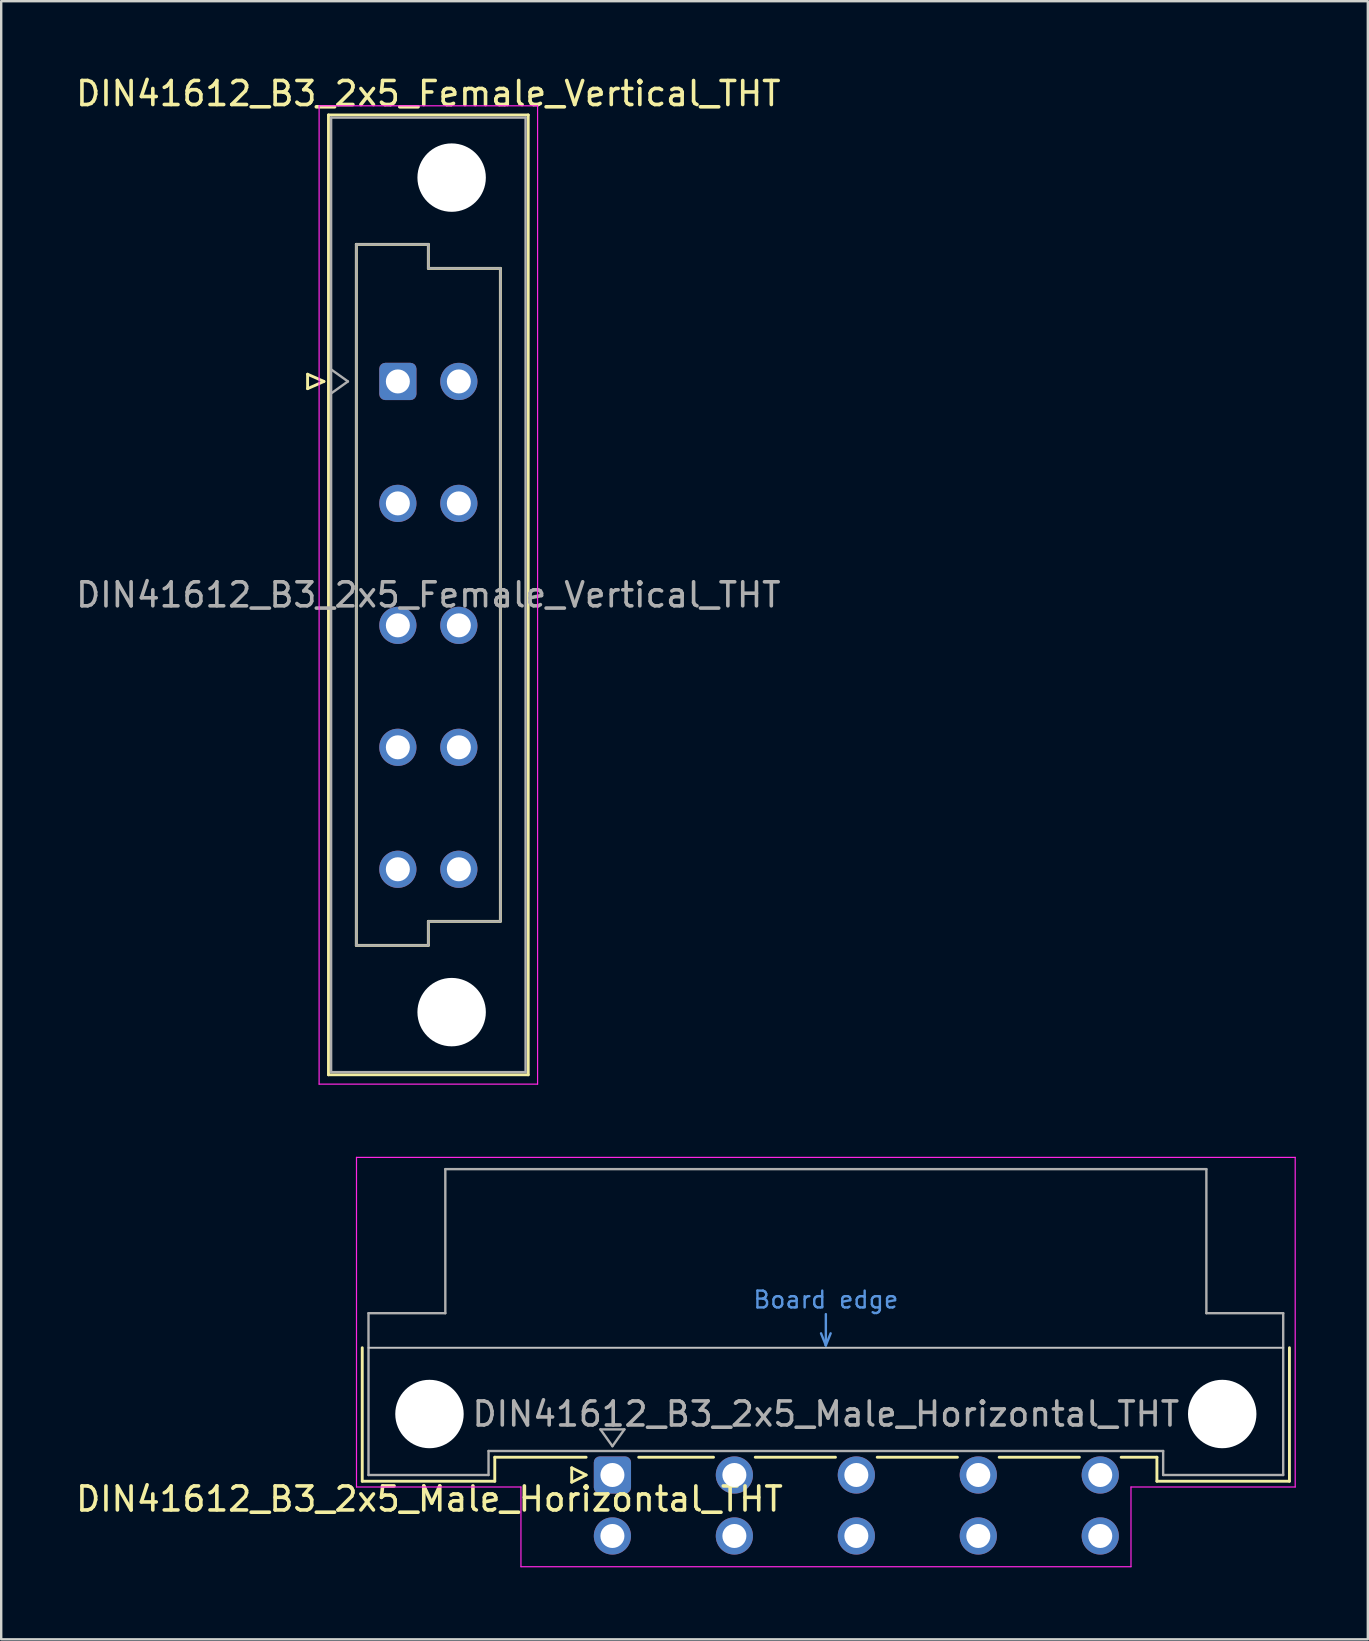
<source format=kicad_pcb>
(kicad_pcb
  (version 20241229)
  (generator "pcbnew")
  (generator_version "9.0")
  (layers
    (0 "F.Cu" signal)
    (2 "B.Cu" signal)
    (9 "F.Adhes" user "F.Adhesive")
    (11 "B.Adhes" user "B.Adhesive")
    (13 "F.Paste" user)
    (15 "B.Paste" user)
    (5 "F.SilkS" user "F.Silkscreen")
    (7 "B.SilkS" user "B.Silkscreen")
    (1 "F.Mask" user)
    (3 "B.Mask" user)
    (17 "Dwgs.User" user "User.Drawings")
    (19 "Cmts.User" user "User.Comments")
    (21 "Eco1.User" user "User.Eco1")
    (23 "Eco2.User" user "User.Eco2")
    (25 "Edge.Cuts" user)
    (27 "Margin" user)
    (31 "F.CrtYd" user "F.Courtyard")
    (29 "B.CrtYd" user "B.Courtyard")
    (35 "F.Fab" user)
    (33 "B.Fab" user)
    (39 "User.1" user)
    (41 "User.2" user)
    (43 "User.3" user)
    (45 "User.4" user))
  (footprint "DIN41612_B3_2x5_Female_Vertical_THT"
    (layer "F.Cu")
    (at 13.522 10.298)
    (property "Reference" "DIN41612_B3_2x5_Female_Vertical_THT" (at 1.27 -9.45 0) (layer "F.SilkS") (effects (font (size 1 1) (thickness 0.15))))
    (attr through_hole)
    (fp_line (start -3.76 2.24) (end -3.76 2.84) (stroke (width 0.12) (type solid)) (layer "F.SilkS"))
    (fp_line (start -3.76 2.84) (end -3.08 2.54) (stroke (width 0.12) (type solid)) (layer "F.SilkS"))
    (fp_line (start -3.08 2.54) (end -3.76 2.24) (stroke (width 0.12) (type solid)) (layer "F.SilkS"))
    (fp_line (start -2.89 -8.56) (end 5.43 -8.56) (stroke (width 0.12) (type solid)) (layer "F.SilkS"))
    (fp_line (start -2.89 31.42) (end -2.89 -8.56) (stroke (width 0.12) (type solid)) (layer "F.SilkS"))
    (fp_line (start -1.73 -3.17) (end 1.27 -3.17) (stroke (width 0.12) (type solid)) (layer "F.SilkS"))
    (fp_line (start -1.73 26.03) (end -1.73 -3.17) (stroke (width 0.12) (type solid)) (layer "F.SilkS"))
    (fp_line (start 1.27 -3.17) (end 1.27 -2.17) (stroke (width 0.12) (type solid)) (layer "F.SilkS"))
    (fp_line (start 1.27 -2.17) (end 4.27 -2.17) (stroke (width 0.12) (type solid)) (layer "F.SilkS"))
    (fp_line (start 1.27 25.03) (end 1.27 26.03) (stroke (width 0.12) (type solid)) (layer "F.SilkS"))
    (fp_line (start 1.27 26.03) (end -1.73 26.03) (stroke (width 0.12) (type solid)) (layer "F.SilkS"))
    (fp_line (start 4.27 -2.17) (end 4.27 25.03) (stroke (width 0.12) (type solid)) (layer "F.SilkS"))
    (fp_line (start 4.27 25.03) (end 1.27 25.03) (stroke (width 0.12) (type solid)) (layer "F.SilkS"))
    (fp_line (start 5.43 -8.56) (end 5.43 31.42) (stroke (width 0.12) (type solid)) (layer "F.SilkS"))
    (fp_line (start 5.43 31.42) (end -2.89 31.42) (stroke (width 0.12) (type solid)) (layer "F.SilkS"))
    (fp_line (start -3.28 -8.94) (end 5.82 -8.94) (stroke (width 0.05) (type solid)) (layer "F.CrtYd"))
    (fp_line (start -3.28 31.81) (end -3.28 -8.94) (stroke (width 0.05) (type solid)) (layer "F.CrtYd"))
    (fp_line (start 5.82 -8.94) (end 5.82 31.81) (stroke (width 0.05) (type solid)) (layer "F.CrtYd"))
    (fp_line (start 5.82 31.81) (end -3.28 31.81) (stroke (width 0.05) (type solid)) (layer "F.CrtYd"))
    (fp_line (start -2.78 -8.45) (end 5.32 -8.45) (stroke (width 0.1) (type solid)) (layer "F.Fab"))
    (fp_line (start -2.78 2.04) (end -2.08 2.54) (stroke (width 0.1) (type solid)) (layer "F.Fab"))
    (fp_line (start -2.78 31.31) (end -2.78 -8.45) (stroke (width 0.1) (type solid)) (layer "F.Fab"))
    (fp_line (start -2.08 2.54) (end -2.78 3.04) (stroke (width 0.1) (type solid)) (layer "F.Fab"))
    (fp_line (start -1.73 -3.17) (end 1.27 -3.17) (stroke (width 0.1) (type solid)) (layer "F.Fab"))
    (fp_line (start -1.73 26.03) (end -1.73 -3.17) (stroke (width 0.1) (type solid)) (layer "F.Fab"))
    (fp_line (start 1.27 -3.17) (end 1.27 -2.17) (stroke (width 0.1) (type solid)) (layer "F.Fab"))
    (fp_line (start 1.27 -2.17) (end 4.27 -2.17) (stroke (width 0.1) (type solid)) (layer "F.Fab"))
    (fp_line (start 1.27 25.03) (end 1.27 26.03) (stroke (width 0.1) (type solid)) (layer "F.Fab"))
    (fp_line (start 1.27 26.03) (end -1.73 26.03) (stroke (width 0.1) (type solid)) (layer "F.Fab"))
    (fp_line (start 4.27 -2.17) (end 4.27 25.03) (stroke (width 0.1) (type solid)) (layer "F.Fab"))
    (fp_line (start 4.27 25.03) (end 1.27 25.03) (stroke (width 0.1) (type solid)) (layer "F.Fab"))
    (fp_line (start 5.32 -8.45) (end 5.32 31.31) (stroke (width 0.1) (type solid)) (layer "F.Fab"))
    (fp_line (start 5.32 31.31) (end -2.78 31.31) (stroke (width 0.1) (type solid)) (layer "F.Fab"))
    (fp_text user "${REFERENCE}" (at 1.27 11.43 0) (layer "F.Fab") (effects (font (size 1 1) (thickness 0.15))))
    (pad "" np_thru_hole circle (at 2.24 -5.95) (size 2.85 2.85) (drill 2.85) (layers "*.Cu" "*.Mask"))
    (pad "" np_thru_hole circle (at 2.24 28.81) (size 2.85 2.85) (drill 2.85) (layers "*.Cu" "*.Mask"))
    (pad "a2" thru_hole roundrect (at 0 2.54) (size 1.55 1.55) (drill 1) (layers "*.Cu" "*.Mask") (roundrect_rratio 0.161))
    (pad "a4" thru_hole circle (at 0 7.62) (size 1.55 1.55) (drill 1) (layers "*.Cu" "*.Mask"))
    (pad "a6" thru_hole circle (at 0 12.7) (size 1.55 1.55) (drill 1) (layers "*.Cu" "*.Mask"))
    (pad "a8" thru_hole circle (at 0 17.78) (size 1.55 1.55) (drill 1) (layers "*.Cu" "*.Mask"))
    (pad "a10" thru_hole circle (at 0 22.86) (size 1.55 1.55) (drill 1) (layers "*.Cu" "*.Mask"))
    (pad "b2" thru_hole circle (at 2.54 2.54) (size 1.55 1.55) (drill 1) (layers "*.Cu" "*.Mask"))
    (pad "b4" thru_hole circle (at 2.54 7.62) (size 1.55 1.55) (drill 1) (layers "*.Cu" "*.Mask"))
    (pad "b6" thru_hole circle (at 2.54 12.7) (size 1.55 1.55) (drill 1) (layers "*.Cu" "*.Mask"))
    (pad "b8" thru_hole circle (at 2.54 17.78) (size 1.55 1.55) (drill 1) (layers "*.Cu" "*.Mask"))
    (pad "b10" thru_hole circle (at 2.54 22.86) (size 1.55 1.55) (drill 1) (layers "*.Cu" "*.Mask")))
  (footprint "DIN41612_B3_2x5_Male_Horizontal_THT"
    (layer "F.Cu")
    (at 19.919 58.388)
    (property "Reference" "DIN41612_B3_2x5_Male_Horizontal_THT" (at -5.08 1 0) (layer "F.SilkS") (effects (font (size 1 1) (thickness 0.15))))
    (attr through_hole)
    (fp_line (start -7.88 -5.3) (end -7.88 0.26) (stroke (width 0.12) (type solid)) (layer "F.SilkS"))
    (fp_line (start -7.88 0.26) (end -2.36 0.26) (stroke (width 0.12) (type solid)) (layer "F.SilkS"))
    (fp_line (start -2.361 -0.74) (end 1.445 -0.74) (stroke (width 0.12) (type solid)) (layer "F.SilkS"))
    (fp_line (start -2.36 0.26) (end -2.36 -0.74) (stroke (width 0.12) (type solid)) (layer "F.SilkS"))
    (fp_line (start 0.845 -0.3) (end 0.845 0.3) (stroke (width 0.12) (type solid)) (layer "F.SilkS"))
    (fp_line (start 0.845 0.3) (end 1.445 0) (stroke (width 0.12) (type solid)) (layer "F.SilkS"))
    (fp_line (start 1.445 0) (end 0.845 -0.3) (stroke (width 0.12) (type solid)) (layer "F.SilkS"))
    (fp_line (start 3.635 -0.74) (end 6.751 -0.74) (stroke (width 0.12) (type solid)) (layer "F.SilkS"))
    (fp_line (start 8.49 -0.74) (end 11.831 -0.74) (stroke (width 0.12) (type solid)) (layer "F.SilkS"))
    (fp_line (start 13.57 -0.74) (end 16.911 -0.74) (stroke (width 0.12) (type solid)) (layer "F.SilkS"))
    (fp_line (start 18.65 -0.74) (end 21.991 -0.74) (stroke (width 0.12) (type solid)) (layer "F.SilkS"))
    (fp_line (start 23.73 -0.74) (end 25.22 -0.74) (stroke (width 0.12) (type solid)) (layer "F.SilkS"))
    (fp_line (start 25.22 0.26) (end 25.22 -0.74) (stroke (width 0.12) (type solid)) (layer "F.SilkS"))
    (fp_line (start 30.74 -5.3) (end 30.74 0.26) (stroke (width 0.12) (type solid)) (layer "F.SilkS"))
    (fp_line (start 30.74 0.26) (end 25.22 0.26) (stroke (width 0.12) (type solid)) (layer "F.SilkS"))
    (fp_line (start -7.62 -5.3) (end 30.48 -5.3) (stroke (width 0.08) (type solid)) (layer "Dwgs.User"))
    (fp_line (start 11.23 -5.9) (end 11.43 -5.4) (stroke (width 0.1) (type solid)) (layer "Cmts.User"))
    (fp_line (start 11.43 -5.4) (end 11.43 -6.7) (stroke (width 0.1) (type solid)) (layer "Cmts.User"))
    (fp_line (start 11.43 -5.4) (end 11.63 -5.9) (stroke (width 0.1) (type solid)) (layer "Cmts.User"))
    (fp_line (start -8.12 -13.23) (end -8.12 0.5) (stroke (width 0.05) (type solid)) (layer "F.CrtYd"))
    (fp_line (start -8.12 0.5) (end -1.27 0.5) (stroke (width 0.05) (type solid)) (layer "F.CrtYd"))
    (fp_line (start -1.27 0.5) (end -1.27 3.82) (stroke (width 0.05) (type solid)) (layer "F.CrtYd"))
    (fp_line (start -1.27 3.82) (end 24.14 3.82) (stroke (width 0.05) (type solid)) (layer "F.CrtYd"))
    (fp_line (start 24.14 0.5) (end 30.98 0.5) (stroke (width 0.05) (type solid)) (layer "F.CrtYd"))
    (fp_line (start 24.14 3.82) (end 24.14 0.5) (stroke (width 0.05) (type solid)) (layer "F.CrtYd"))
    (fp_line (start 30.98 -13.23) (end -8.12 -13.23) (stroke (width 0.05) (type solid)) (layer "F.CrtYd"))
    (fp_line (start 30.98 0.5) (end 30.98 -13.23) (stroke (width 0.05) (type solid)) (layer "F.CrtYd"))
    (fp_line (start -7.62 -6.74) (end -7.62 0) (stroke (width 0.1) (type solid)) (layer "F.Fab"))
    (fp_line (start -7.62 0) (end -2.62 0) (stroke (width 0.1) (type solid)) (layer "F.Fab"))
    (fp_line (start -4.42 -12.74) (end -4.42 -6.74) (stroke (width 0.1) (type solid)) (layer "F.Fab"))
    (fp_line (start -4.42 -6.74) (end -7.62 -6.74) (stroke (width 0.1) (type solid)) (layer "F.Fab"))
    (fp_line (start -2.62 -1) (end 25.48 -1) (stroke (width 0.1) (type solid)) (layer "F.Fab"))
    (fp_line (start -2.62 0) (end -2.62 -1) (stroke (width 0.1) (type solid)) (layer "F.Fab"))
    (fp_line (start 2.04 -1.9) (end 3.04 -1.9) (stroke (width 0.1) (type solid)) (layer "F.Fab"))
    (fp_line (start 2.54 -1.2) (end 2.04 -1.9) (stroke (width 0.1) (type solid)) (layer "F.Fab"))
    (fp_line (start 3.04 -1.9) (end 2.54 -1.2) (stroke (width 0.1) (type solid)) (layer "F.Fab"))
    (fp_line (start 25.48 -1) (end 25.48 0) (stroke (width 0.1) (type solid)) (layer "F.Fab"))
    (fp_line (start 25.48 0) (end 30.48 0) (stroke (width 0.1) (type solid)) (layer "F.Fab"))
    (fp_line (start 27.28 -12.74) (end -4.42 -12.74) (stroke (width 0.1) (type solid)) (layer "F.Fab"))
    (fp_line (start 27.28 -6.74) (end 27.28 -12.74) (stroke (width 0.1) (type solid)) (layer "F.Fab"))
    (fp_line (start 30.48 -6.74) (end 27.28 -6.74) (stroke (width 0.1) (type solid)) (layer "F.Fab"))
    (fp_line (start 30.48 0) (end 30.48 -6.74) (stroke (width 0.1) (type solid)) (layer "F.Fab"))
    (fp_text user "Board edge" (at 11.43 -7.3 0) (layer "Cmts.User") (effects (font (size 0.7 0.7) (thickness 0.1))))
    (fp_text user "${REFERENCE}" (at 11.43 -2.54 0) (layer "F.Fab") (effects (font (size 1 1) (thickness 0.15))))
    (pad "" np_thru_hole circle (at -5.08 -2.54) (size 2.85 2.85) (drill 2.85) (layers "*.Cu" "*.Mask"))
    (pad "" np_thru_hole circle (at 27.94 -2.54) (size 2.85 2.85) (drill 2.85) (layers "*.Cu" "*.Mask"))
    (pad "a2" thru_hole roundrect (at 2.54 0) (size 1.55 1.55) (drill 1) (layers "*.Cu" "*.Mask") (roundrect_rratio 0.161))
    (pad "a4" thru_hole circle (at 7.62 0) (size 1.55 1.55) (drill 1) (layers "*.Cu" "*.Mask"))
    (pad "a6" thru_hole circle (at 12.7 0) (size 1.55 1.55) (drill 1) (layers "*.Cu" "*.Mask"))
    (pad "a8" thru_hole circle (at 17.78 0) (size 1.55 1.55) (drill 1) (layers "*.Cu" "*.Mask"))
    (pad "a10" thru_hole circle (at 22.86 0) (size 1.55 1.55) (drill 1) (layers "*.Cu" "*.Mask"))
    (pad "b2" thru_hole circle (at 2.54 2.54) (size 1.55 1.55) (drill 1) (layers "*.Cu" "*.Mask"))
    (pad "b4" thru_hole circle (at 7.62 2.54) (size 1.55 1.55) (drill 1) (layers "*.Cu" "*.Mask"))
    (pad "b6" thru_hole circle (at 12.7 2.54) (size 1.55 1.55) (drill 1) (layers "*.Cu" "*.Mask"))
    (pad "b8" thru_hole circle (at 17.78 2.54) (size 1.55 1.55) (drill 1) (layers "*.Cu" "*.Mask"))
    (pad "b10" thru_hole circle (at 22.86 2.54) (size 1.55 1.55) (drill 1) (layers "*.Cu" "*.Mask")))
  (gr_rect
    (start -3 -3)
    (end 53.924 65.233)
    (stroke (width 0.1) (type default))
    (fill no)
    (layer "Edge.Cuts")))
</source>
